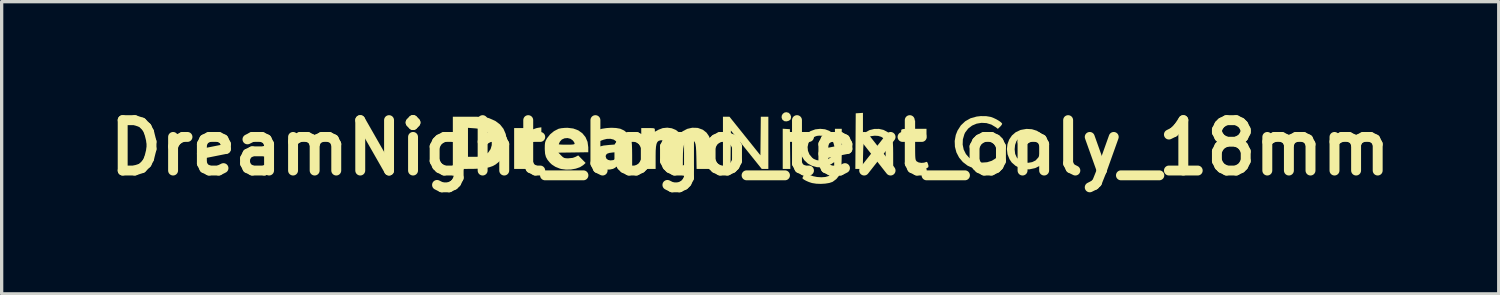
<source format=kicad_pcb>
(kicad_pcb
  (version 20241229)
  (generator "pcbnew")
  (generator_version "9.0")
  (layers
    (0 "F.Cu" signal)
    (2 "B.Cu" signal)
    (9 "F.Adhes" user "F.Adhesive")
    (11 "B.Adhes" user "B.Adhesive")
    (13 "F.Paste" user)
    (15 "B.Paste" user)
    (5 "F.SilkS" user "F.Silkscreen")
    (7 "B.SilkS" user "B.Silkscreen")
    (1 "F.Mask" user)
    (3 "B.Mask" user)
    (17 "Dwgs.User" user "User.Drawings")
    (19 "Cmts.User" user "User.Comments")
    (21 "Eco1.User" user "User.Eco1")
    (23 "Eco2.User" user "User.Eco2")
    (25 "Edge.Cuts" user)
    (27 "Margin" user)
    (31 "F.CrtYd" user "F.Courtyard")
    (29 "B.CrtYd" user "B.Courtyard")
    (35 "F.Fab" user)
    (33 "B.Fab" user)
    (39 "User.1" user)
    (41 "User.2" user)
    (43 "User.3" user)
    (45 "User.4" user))
  (footprint "DreamNight_logo_text_only_18mm"
    (layer "F.Cu")
    (at 19.638 1.418)
    (property "Reference" "DreamNight_logo_text_only_18mm" (at 0 0 0) (layer "F.SilkS") (effects (font (size 1.524 1.524) (thickness 0.3))))
    (attr board_only exclude_from_pos_files exclude_from_bom)
    (fp_poly (pts (xy 1.093 -0.568) (xy 1.201 -0.561) (xy 1.207 0.04) (xy 1.214 0.641) (xy 0.984 0.641) (xy 0.984 -0.575)) (stroke (width 0) (type solid)) (fill yes) (layer "F.SilkS"))
    (fp_poly (pts (xy -0.159 -0.355) (xy 0.309 0.229) (xy 0.321 -0.938) (xy 0.549 -0.938) (xy 0.549 0.641) (xy 0.349 0.641) (xy -0.117 0.06) (xy -0.584 -0.52) (xy -0.59 0.06) (xy -0.596 0.641) (xy -0.824 0.641) (xy -0.824 -0.938) (xy -0.627 -0.938)) (stroke (width 0) (type solid)) (fill yes) (layer "F.SilkS"))
    (fp_poly (pts (xy 1.165 -1.056) (xy 1.214 -1.005) (xy 1.237 -0.938) (xy 1.226 -0.868) (xy 1.218 -0.854) (xy 1.172 -0.818) (xy 1.106 -0.798) (xy 1.042 -0.801) (xy 1.037 -0.803) (xy 0.977 -0.844) (xy 0.951 -0.903) (xy 0.953 -0.967) (xy 0.984 -1.025) (xy 1.039 -1.065) (xy 1.096 -1.075)) (stroke (width 0) (type solid)) (fill yes) (layer "F.SilkS"))
    (fp_poly (pts (xy -6.316 -0.212) (xy -6.374 -0.223) (xy -6.43 -0.222) (xy -6.504 -0.206) (xy -6.532 -0.196) (xy -6.592 -0.168) (xy -6.637 -0.132) (xy -6.668 -0.082) (xy -6.688 -0.01) (xy -6.7 0.09) (xy -6.704 0.225) (xy -6.705 0.318) (xy -6.705 0.641) (xy -7.139 0.641) (xy -7.139 -0.595) (xy -6.728 -0.595) (xy -6.728 -0.523) (xy -6.725 -0.475) (xy -6.713 -0.466) (xy -6.688 -0.486) (xy -6.587 -0.55) (xy -6.462 -0.594) (xy -6.413 -0.603) (xy -6.316 -0.618)) (stroke (width 0) (type solid)) (fill yes) (layer "F.SilkS"))
    (fp_poly (pts (xy 3.41 -0.41) (xy 3.484 -0.465) (xy 3.609 -0.533) (xy 3.75 -0.568) (xy 3.895 -0.57) (xy 4.033 -0.539) (xy 4.152 -0.476) (xy 4.167 -0.463) (xy 4.218 -0.416) (xy 4.256 -0.366) (xy 4.284 -0.307) (xy 4.304 -0.231) (xy 4.316 -0.132) (xy 4.322 -0.002) (xy 4.324 0.164) (xy 4.324 0.212) (xy 4.325 0.641) (xy 4.096 0.641) (xy 4.096 0.239) (xy 4.095 0.072) (xy 4.09 -0.055) (xy 4.081 -0.15) (xy 4.065 -0.218) (xy 4.041 -0.267) (xy 4.007 -0.302) (xy 3.963 -0.33) (xy 3.959 -0.331) (xy 3.871 -0.358) (xy 3.763 -0.364) (xy 3.656 -0.35) (xy 3.607 -0.334) (xy 3.542 -0.294) (xy 3.483 -0.236) (xy 3.476 -0.226) (xy 3.456 -0.195) (xy 3.441 -0.163) (xy 3.431 -0.122) (xy 3.424 -0.064) (xy 3.419 0.018) (xy 3.416 0.133) (xy 3.413 0.246) (xy 3.406 0.641) (xy 3.18 0.641) (xy 3.192 -1.041) (xy 3.301 -1.048) (xy 3.41 -1.055)) (stroke (width 0) (type solid)) (fill yes) (layer "F.SilkS"))
    (fp_poly (pts (xy 4.988 -0.572) (xy 5.332 -0.572) (xy 5.332 -0.366) (xy 4.988 -0.366) (xy 4.988 0) (xy 4.989 0.139) (xy 4.991 0.239) (xy 4.995 0.308) (xy 5.002 0.354) (xy 5.013 0.384) (xy 5.029 0.406) (xy 5.034 0.412) (xy 5.093 0.444) (xy 5.174 0.458) (xy 5.257 0.452) (xy 5.309 0.435) (xy 5.339 0.426) (xy 5.36 0.446) (xy 5.378 0.494) (xy 5.393 0.554) (xy 5.383 0.591) (xy 5.341 0.618) (xy 5.288 0.638) (xy 5.149 0.66) (xy 5.003 0.64) (xy 4.999 0.639) (xy 4.93 0.608) (xy 4.877 0.569) (xy 4.835 0.525) (xy 4.805 0.475) (xy 4.784 0.411) (xy 4.77 0.326) (xy 4.763 0.213) (xy 4.76 0.065) (xy 4.76 0.002) (xy 4.76 -0.363) (xy 4.662 -0.371) (xy 4.601 -0.377) (xy 4.573 -0.393) (xy 4.566 -0.432) (xy 4.565 -0.469) (xy 4.567 -0.527) (xy 4.582 -0.554) (xy 4.623 -0.564) (xy 4.662 -0.568) (xy 4.76 -0.575) (xy 4.76 -0.824) (xy 4.988 -0.824)) (stroke (width 0) (type solid)) (fill yes) (layer "F.SilkS"))
    (fp_poly (pts (xy -8.346 -0.938) (xy -8.218 -0.936) (xy -8.121 -0.932) (xy -8.046 -0.926) (xy -7.986 -0.917) (xy -7.933 -0.904) (xy -7.89 -0.891) (xy -7.709 -0.811) (xy -7.567 -0.705) (xy -7.462 -0.573) (xy -7.393 -0.414) (xy -7.361 -0.227) (xy -7.359 -0.149) (xy -7.367 0.007) (xy -7.395 0.134) (xy -7.449 0.245) (xy -7.532 0.354) (xy -7.541 0.364) (xy -7.621 0.445) (xy -7.703 0.509) (xy -7.793 0.557) (xy -7.899 0.593) (xy -8.026 0.617) (xy -8.182 0.632) (xy -8.372 0.639) (xy -8.53 0.64) (xy -8.993 0.641) (xy -8.993 -0.602) (xy -8.535 -0.602) (xy -8.535 0.275) (xy -8.334 0.275) (xy -8.223 0.272) (xy -8.143 0.263) (xy -8.078 0.244) (xy -8.031 0.223) (xy -7.922 0.145) (xy -7.85 0.039) (xy -7.816 -0.078) (xy -7.815 -0.211) (xy -7.85 -0.336) (xy -7.916 -0.442) (xy -8.008 -0.521) (xy -8.048 -0.541) (xy -8.105 -0.557) (xy -8.192 -0.572) (xy -8.294 -0.584) (xy -8.329 -0.587) (xy -8.535 -0.602) (xy -8.993 -0.602) (xy -8.993 -0.938) (xy -8.512 -0.938)) (stroke (width 0) (type solid)) (fill yes) (layer "F.SilkS"))
    (fp_poly (pts (xy 7.134 -0.956) (xy 7.27 -0.933) (xy 7.279 -0.93) (xy 7.361 -0.9) (xy 7.447 -0.859) (xy 7.525 -0.813) (xy 7.585 -0.769) (xy 7.617 -0.733) (xy 7.62 -0.723) (xy 7.605 -0.69) (xy 7.567 -0.644) (xy 7.555 -0.633) (xy 7.49 -0.571) (xy 7.431 -0.618) (xy 7.294 -0.7) (xy 7.146 -0.745) (xy 6.994 -0.753) (xy 6.847 -0.728) (xy 6.711 -0.67) (xy 6.594 -0.581) (xy 6.503 -0.463) (xy 6.478 -0.411) (xy 6.432 -0.253) (xy 6.426 -0.095) (xy 6.457 0.056) (xy 6.525 0.192) (xy 6.625 0.306) (xy 6.721 0.372) (xy 6.863 0.427) (xy 7.016 0.449) (xy 7.168 0.438) (xy 7.308 0.394) (xy 7.414 0.328) (xy 7.486 0.268) (xy 7.559 0.341) (xy 7.631 0.415) (xy 7.541 0.494) (xy 7.419 0.574) (xy 7.269 0.628) (xy 7.102 0.656) (xy 6.931 0.656) (xy 6.765 0.625) (xy 6.748 0.62) (xy 6.576 0.543) (xy 6.432 0.433) (xy 6.318 0.298) (xy 6.237 0.142) (xy 6.192 -0.028) (xy 6.185 -0.206) (xy 6.218 -0.387) (xy 6.27 -0.518) (xy 6.372 -0.677) (xy 6.504 -0.801) (xy 6.663 -0.891) (xy 6.849 -0.943) (xy 6.97 -0.957)) (stroke (width 0) (type solid)) (fill yes) (layer "F.SilkS"))
    (fp_poly (pts (xy 8.52 -0.56) (xy 8.668 -0.514) (xy 8.797 -0.434) (xy 8.9 -0.323) (xy 8.972 -0.186) (xy 9.009 -0.025) (xy 9.01 -0.01) (xy 9.004 0.161) (xy 8.957 0.314) (xy 8.874 0.443) (xy 8.759 0.546) (xy 8.615 0.617) (xy 8.446 0.653) (xy 8.436 0.654) (xy 8.306 0.653) (xy 8.19 0.627) (xy 8.18 0.624) (xy 8.028 0.549) (xy 7.91 0.447) (xy 7.842 0.347) (xy 7.782 0.196) (xy 7.764 0.047) (xy 7.998 0.047) (xy 8.013 0.185) (xy 8.061 0.294) (xy 8.146 0.38) (xy 8.191 0.411) (xy 8.292 0.448) (xy 8.41 0.455) (xy 8.528 0.435) (xy 8.627 0.387) (xy 8.633 0.383) (xy 8.717 0.291) (xy 8.768 0.172) (xy 8.784 0.031) (xy 8.782 -0.012) (xy 8.759 -0.131) (xy 8.706 -0.225) (xy 8.616 -0.307) (xy 8.602 -0.317) (xy 8.55 -0.347) (xy 8.497 -0.361) (xy 8.425 -0.364) (xy 8.375 -0.362) (xy 8.234 -0.339) (xy 8.127 -0.286) (xy 8.053 -0.202) (xy 8.011 -0.085) (xy 7.998 0.047) (xy 7.764 0.047) (xy 7.763 0.042) (xy 7.781 -0.109) (xy 7.833 -0.249) (xy 7.917 -0.372) (xy 8.03 -0.469) (xy 8.17 -0.535) (xy 8.182 -0.539) (xy 8.356 -0.57)) (stroke (width 0) (type solid)) (fill yes) (layer "F.SilkS"))
    (fp_poly (pts (xy -5.352 -0.582) (xy -5.2 -0.526) (xy -5.075 -0.437) (xy -4.98 -0.32) (xy -4.919 -0.178) (xy -4.897 -0.015) (xy -4.897 -0.007) (xy -4.897 0.136) (xy -5.349 0.143) (xy -5.801 0.149) (xy -5.717 0.235) (xy -5.666 0.283) (xy -5.621 0.309) (xy -5.565 0.319) (xy -5.5 0.32) (xy -5.364 0.306) (xy -5.283 0.276) (xy -5.201 0.232) (xy -5.089 0.346) (xy -4.977 0.46) (xy -5.05 0.527) (xy -5.147 0.588) (xy -5.274 0.632) (xy -5.418 0.658) (xy -5.568 0.662) (xy -5.709 0.644) (xy -5.755 0.632) (xy -5.89 0.578) (xy -5.996 0.51) (xy -6.056 0.454) (xy -6.13 0.365) (xy -6.177 0.28) (xy -6.203 0.183) (xy -6.212 0.06) (xy -6.213 0.021) (xy -6.211 -0.079) (xy -6.209 -0.104) (xy -5.789 -0.104) (xy -5.768 -0.099) (xy -5.71 -0.095) (xy -5.626 -0.092) (xy -5.549 -0.092) (xy -5.439 -0.093) (xy -5.367 -0.097) (xy -5.326 -0.105) (xy -5.31 -0.118) (xy -5.309 -0.125) (xy -5.323 -0.163) (xy -5.357 -0.213) (xy -5.36 -0.217) (xy -5.433 -0.27) (xy -5.523 -0.293) (xy -5.615 -0.285) (xy -5.697 -0.248) (xy -5.755 -0.184) (xy -5.756 -0.181) (xy -5.779 -0.133) (xy -5.789 -0.104) (xy -5.789 -0.104) (xy -6.209 -0.104) (xy -6.204 -0.149) (xy -6.189 -0.203) (xy -6.161 -0.258) (xy -6.144 -0.287) (xy -6.051 -0.405) (xy -5.935 -0.501) (xy -5.811 -0.567) (xy -5.783 -0.576) (xy -5.708 -0.591) (xy -5.611 -0.6) (xy -5.526 -0.603)) (stroke (width 0) (type solid)) (fill yes) (layer "F.SilkS"))
    (fp_poly (pts (xy -2.372 -0.589) (xy -2.249 -0.538) (xy -2.173 -0.479) (xy -2.144 -0.454) (xy -2.12 -0.449) (xy -2.084 -0.467) (xy -2.035 -0.502) (xy -1.903 -0.571) (xy -1.754 -0.605) (xy -1.601 -0.601) (xy -1.574 -0.596) (xy -1.434 -0.545) (xy -1.323 -0.459) (xy -1.253 -0.359) (xy -1.235 -0.323) (xy -1.222 -0.284) (xy -1.212 -0.236) (xy -1.206 -0.171) (xy -1.201 -0.082) (xy -1.197 0.039) (xy -1.194 0.189) (xy -1.186 0.641) (xy -1.621 0.641) (xy -1.628 0.268) (xy -1.633 0.104) (xy -1.641 -0.02) (xy -1.654 -0.109) (xy -1.675 -0.169) (xy -1.704 -0.205) (xy -1.744 -0.223) (xy -1.798 -0.229) (xy -1.806 -0.229) (xy -1.878 -0.222) (xy -1.935 -0.197) (xy -1.976 -0.151) (xy -2.005 -0.077) (xy -2.024 0.028) (xy -2.033 0.17) (xy -2.036 0.338) (xy -2.037 0.641) (xy -2.471 0.641) (xy -2.471 0.273) (xy -2.473 0.108) (xy -2.478 -0.016) (xy -2.49 -0.106) (xy -2.51 -0.167) (xy -2.539 -0.204) (xy -2.58 -0.222) (xy -2.636 -0.228) (xy -2.647 -0.228) (xy -2.716 -0.224) (xy -2.769 -0.208) (xy -2.807 -0.174) (xy -2.833 -0.116) (xy -2.849 -0.03) (xy -2.858 0.089) (xy -2.86 0.249) (xy -2.86 0.285) (xy -2.86 0.641) (xy -3.295 0.641) (xy -3.295 -0.595) (xy -3.089 -0.595) (xy -2.992 -0.594) (xy -2.931 -0.591) (xy -2.899 -0.583) (xy -2.886 -0.568) (xy -2.883 -0.543) (xy -2.883 -0.539) (xy -2.883 -0.484) (xy -2.775 -0.544) (xy -2.647 -0.593) (xy -2.509 -0.607)) (stroke (width 0) (type solid)) (fill yes) (layer "F.SilkS"))
    (fp_poly (pts (xy -4.055 -0.597) (xy -3.931 -0.575) (xy -3.925 -0.573) (xy -3.813 -0.521) (xy -3.711 -0.439) (xy -3.633 -0.34) (xy -3.598 -0.26) (xy -3.586 -0.195) (xy -3.577 -0.089) (xy -3.572 0.052) (xy -3.57 0.223) (xy -3.57 0.237) (xy -3.57 0.641) (xy -3.982 0.641) (xy -3.982 0.518) (xy -4.033 0.567) (xy -4.094 0.611) (xy -4.149 0.639) (xy -4.242 0.659) (xy -4.356 0.662) (xy -4.471 0.649) (xy -4.566 0.621) (xy -4.566 0.621) (xy -4.678 0.548) (xy -4.755 0.452) (xy -4.793 0.338) (xy -4.791 0.265) (xy -4.371 0.265) (xy -4.351 0.326) (xy -4.3 0.367) (xy -4.227 0.384) (xy -4.144 0.374) (xy -4.098 0.356) (xy -4.037 0.311) (xy -4.009 0.248) (xy -4.005 0.19) (xy -4.006 0.158) (xy -4.019 0.142) (xy -4.053 0.137) (xy -4.118 0.14) (xy -4.153 0.143) (xy -4.26 0.157) (xy -4.327 0.181) (xy -4.362 0.218) (xy -4.371 0.265) (xy -4.791 0.265) (xy -4.79 0.214) (xy -4.784 0.188) (xy -4.743 0.094) (xy -4.673 0.021) (xy -4.572 -0.031) (xy -4.436 -0.066) (xy -4.259 -0.085) (xy -4.239 -0.086) (xy -4.142 -0.093) (xy -4.064 -0.101) (xy -4.016 -0.11) (xy -4.005 -0.116) (xy -4.018 -0.145) (xy -4.052 -0.189) (xy -4.057 -0.196) (xy -4.128 -0.246) (xy -4.226 -0.27) (xy -4.339 -0.267) (xy -4.439 -0.241) (xy -4.508 -0.216) (xy -4.564 -0.196) (xy -4.579 -0.191) (xy -4.605 -0.197) (xy -4.634 -0.235) (xy -4.671 -0.31) (xy -4.676 -0.321) (xy -4.708 -0.397) (xy -4.722 -0.443) (xy -4.72 -0.47) (xy -4.703 -0.488) (xy -4.697 -0.493) (xy -4.608 -0.538) (xy -4.487 -0.573) (xy -4.346 -0.595) (xy -4.198 -0.604)) (stroke (width 0) (type solid)) (fill yes) (layer "F.SilkS"))
    (fp_poly (pts (xy 2.769 0.024) (xy 2.768 0.212) (xy 2.765 0.379) (xy 2.76 0.521) (xy 2.754 0.63) (xy 2.747 0.702) (xy 2.744 0.719) (xy 2.692 0.84) (xy 2.606 0.947) (xy 2.496 1.029) (xy 2.486 1.034) (xy 2.394 1.065) (xy 2.272 1.085) (xy 2.136 1.093) (xy 1.999 1.088) (xy 1.878 1.069) (xy 1.855 1.063) (xy 1.773 1.036) (xy 1.693 1.001) (xy 1.627 0.965) (xy 1.587 0.933) (xy 1.579 0.919) (xy 1.59 0.891) (xy 1.617 0.842) (xy 1.624 0.83) (xy 1.669 0.757) (xy 1.789 0.819) (xy 1.896 0.859) (xy 2.022 0.885) (xy 2.151 0.893) (xy 2.271 0.885) (xy 2.366 0.858) (xy 2.378 0.852) (xy 2.463 0.78) (xy 2.519 0.678) (xy 2.54 0.554) (xy 2.54 0.545) (xy 2.54 0.436) (xy 2.457 0.492) (xy 2.318 0.562) (xy 2.169 0.593) (xy 2.018 0.588) (xy 1.873 0.548) (xy 1.742 0.477) (xy 1.634 0.375) (xy 1.565 0.265) (xy 1.516 0.111) (xy 1.509 -0.022) (xy 1.736 -0.022) (xy 1.747 0.093) (xy 1.792 0.203) (xy 1.873 0.3) (xy 1.92 0.337) (xy 2.008 0.374) (xy 2.118 0.39) (xy 2.234 0.384) (xy 2.338 0.356) (xy 2.35 0.351) (xy 2.445 0.283) (xy 2.51 0.189) (xy 2.544 0.08) (xy 2.547 -0.037) (xy 2.517 -0.15) (xy 2.455 -0.251) (xy 2.396 -0.306) (xy 2.336 -0.337) (xy 2.25 -0.356) (xy 2.174 -0.362) (xy 2.082 -0.365) (xy 2.018 -0.358) (xy 1.961 -0.338) (xy 1.914 -0.312) (xy 1.82 -0.233) (xy 1.76 -0.134) (xy 1.736 -0.022) (xy 1.509 -0.022) (xy 1.509 -0.04) (xy 1.54 -0.182) (xy 1.605 -0.311) (xy 1.701 -0.42) (xy 1.824 -0.503) (xy 1.97 -0.556) (xy 2.117 -0.572) (xy 2.263 -0.558) (xy 2.387 -0.513) (xy 2.477 -0.454) (xy 2.563 -0.387) (xy 2.563 -0.572) (xy 2.769 -0.572)) (stroke (width 0) (type solid)) (fill yes) (layer "F.SilkS")))
  (gr_rect
    (start -3 -3)
    (end 42.276 5.836)
    (stroke (width 0.1) (type default))
    (fill no)
    (layer "Edge.Cuts")))
</source>
